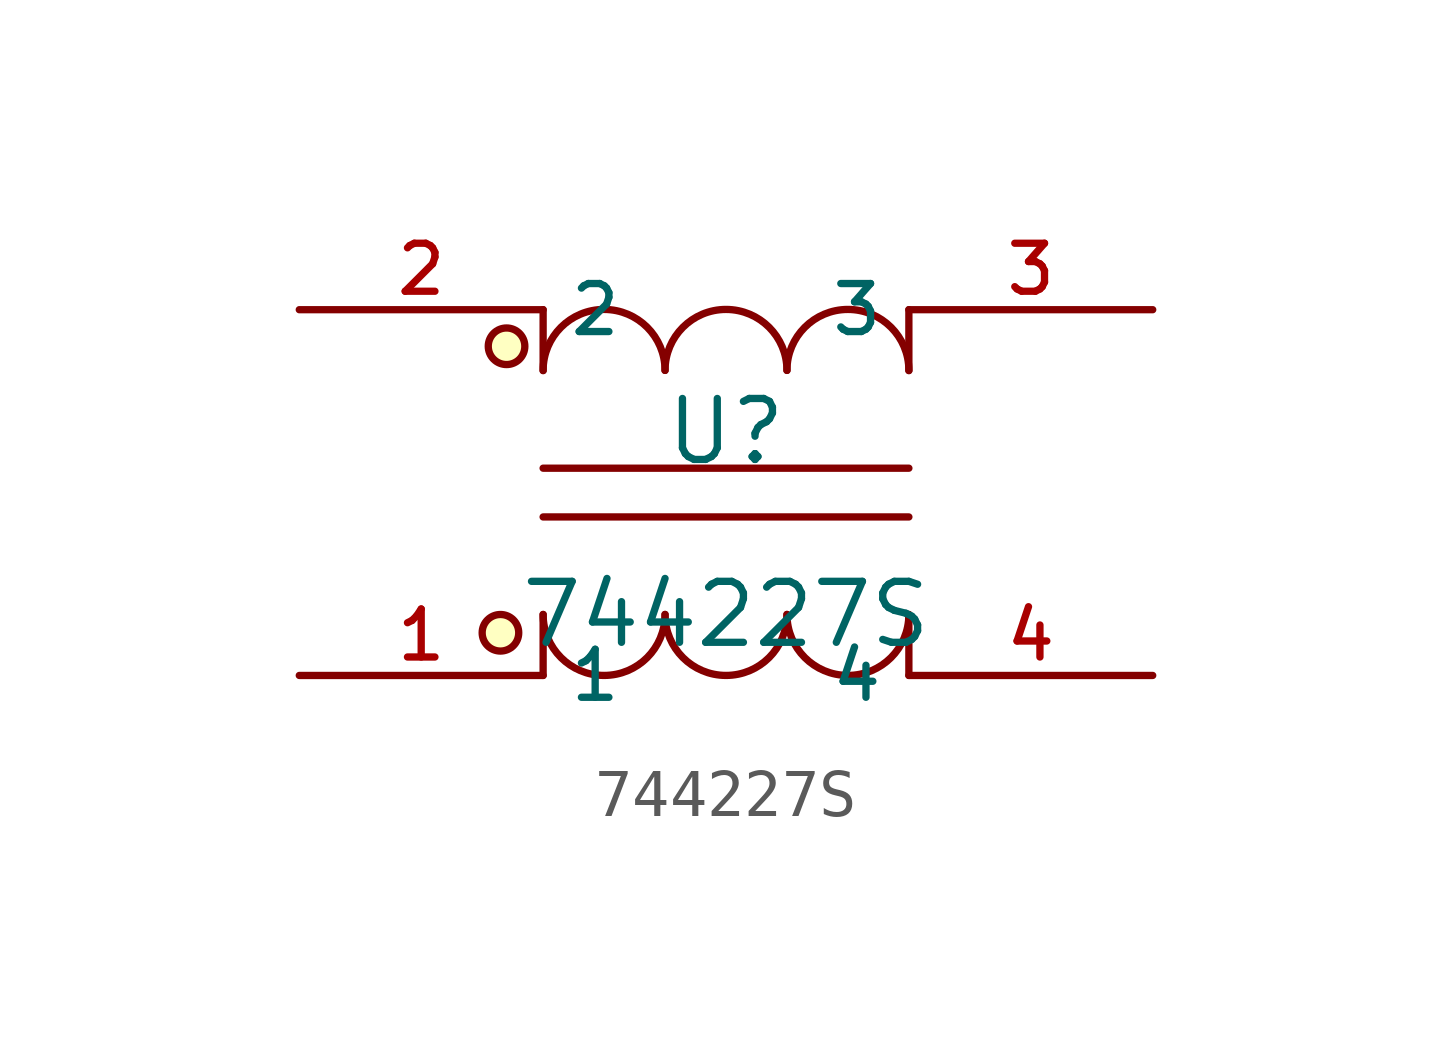
<source format=kicad_sym>
(kicad_symbol_lib
  (version 20241209)
  (generator "kicad_symbol_editor")
  (generator_version "9.0")
  (symbol "744227S"
    (property "Reference" "U"
      (at 0 1.27 0)
      (effects (font (size 1.27 1.27))))
    (property "Value" "744227S"
      (at 0 -2.54 0)
      (effects (font (size 1.27 1.27))))
    (symbol "744227S_0_1"
      (circle (center -4.699 -2.921) (radius 0.381) (stroke (width 0) (type default)) (fill (type background)))
      (circle (center -4.572 3.048) (radius 0.381) (stroke (width 0) (type default)) (fill (type background)))
      (polyline (pts (xy -3.81 3.81) (xy -3.81 2.54)) (stroke (width 0) (type default)) (fill (type none)))
      (polyline (pts (xy -3.81 0.508) (xy 3.81 0.508)) (stroke (width 0) (type default)) (fill (type none)))
      (polyline (pts (xy -3.81 -0.508) (xy 3.81 -0.508)) (stroke (width 0) (type default)) (fill (type none)))
      (polyline (pts (xy -3.81 -3.81) (xy -3.81 -2.54)) (stroke (width 0) (type default)) (fill (type none)))
      (arc (start -3.81 2.5455) (mid -2.54 3.81) (end -1.27 2.5455) (stroke (width 0) (type default)) (fill (type none)))
      (arc (start -1.27 -2.5397) (mid -2.54 -3.8042) (end -3.81 -2.5397) (stroke (width 0) (type default)) (fill (type none)))
      (arc (start -1.27 2.5455) (mid 0 3.81) (end 1.27 2.5455) (stroke (width 0) (type default)) (fill (type none)))
      (arc (start 1.27 -2.5397) (mid 0 -3.8042) (end -1.27 -2.5397) (stroke (width 0) (type default)) (fill (type none)))
      (arc (start 1.27 2.5455) (mid 2.54 3.81) (end 3.81 2.5455) (stroke (width 0) (type default)) (fill (type none)))
      (arc (start 3.81 -2.5397) (mid 2.54 -3.8042) (end 1.27 -2.5397) (stroke (width 0) (type default)) (fill (type none)))
      (polyline (pts (xy 3.81 3.81) (xy 3.81 2.54)) (stroke (width 0) (type default)) (fill (type none)))
      (polyline (pts (xy 3.81 -3.81) (xy 3.81 -2.54)) (stroke (width 0) (type default)) (fill (type none)))
      (pin unspecified line (at -8.89 3.81 0) (length 5.08) (name "2" (effects (font (size 1 1)))) (number "2" (effects (font (size 1 1)))))
      (pin unspecified line (at -8.89 -3.81 0) (length 5.08) (name "1" (effects (font (size 1 1)))) (number "1" (effects (font (size 1 1)))))
      (pin unspecified line (at 8.89 3.81 180) (length 5.08) (name "3" (effects (font (size 1 1)))) (number "3" (effects (font (size 1 1)))))
      (pin unspecified line (at 8.89 -3.81 180) (length 5.08) (name "4" (effects (font (size 1 1)))) (number "4" (effects (font (size 1 1))))))))
</source>
